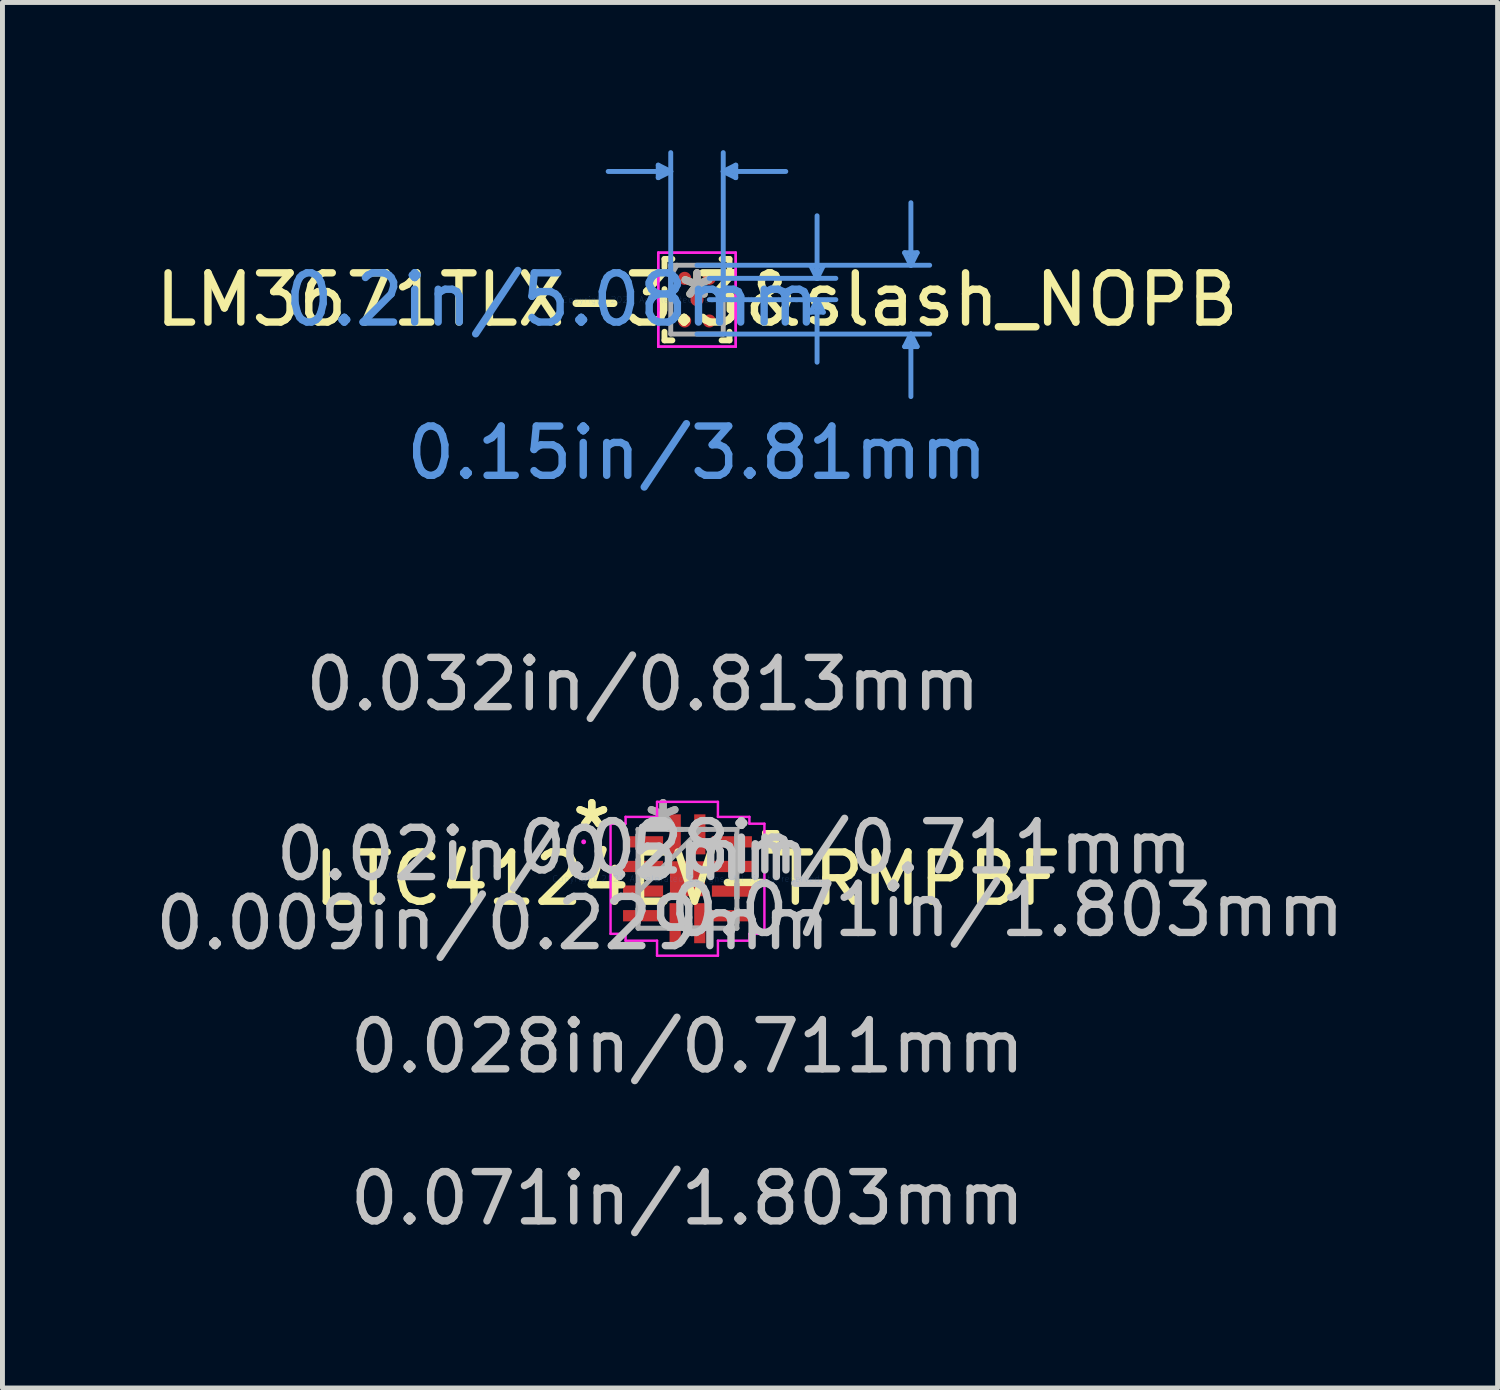
<source format=kicad_pcb>
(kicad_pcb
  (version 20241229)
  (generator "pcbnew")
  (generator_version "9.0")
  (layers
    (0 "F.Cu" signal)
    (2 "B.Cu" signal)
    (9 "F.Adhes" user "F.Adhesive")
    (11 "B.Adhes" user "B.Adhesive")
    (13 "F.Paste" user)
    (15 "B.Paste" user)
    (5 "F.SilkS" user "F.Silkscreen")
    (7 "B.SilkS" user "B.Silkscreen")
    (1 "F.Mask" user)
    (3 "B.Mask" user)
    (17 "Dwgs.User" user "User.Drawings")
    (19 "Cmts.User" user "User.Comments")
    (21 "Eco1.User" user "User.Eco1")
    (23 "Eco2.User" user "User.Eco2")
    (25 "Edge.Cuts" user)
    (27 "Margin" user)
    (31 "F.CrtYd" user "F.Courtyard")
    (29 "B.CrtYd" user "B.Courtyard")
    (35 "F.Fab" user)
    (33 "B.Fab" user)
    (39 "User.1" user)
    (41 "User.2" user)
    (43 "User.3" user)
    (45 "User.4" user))
  (footprint "LM3671TLX-3.3&slash_NOPB"
    (layer "F.Cu")
    (at 11.101 3.034)
    (property "Reference" "LM3671TLX-3.3&slash_NOPB" (at 0 0 0) (layer "F.SilkS") (effects (font (size 1 1) (thickness 0.15))))
    (attr through_hole)
    (fp_line (start -0.66 -0.826) (end -0.66 -0.652) (stroke (width 0.12) (type solid)) (layer "F.SilkS"))
    (fp_line (start -0.66 -0.214) (end -0.66 0.214) (stroke (width 0.12) (type solid)) (layer "F.SilkS"))
    (fp_line (start -0.66 0.652) (end -0.66 0.826) (stroke (width 0.12) (type solid)) (layer "F.SilkS"))
    (fp_line (start -0.66 0.826) (end -0.5 0.826) (stroke (width 0.12) (type solid)) (layer "F.SilkS"))
    (fp_line (start -0.5 -0.826) (end -0.66 -0.826) (stroke (width 0.12) (type solid)) (layer "F.SilkS"))
    (fp_line (start 0.5 0.826) (end 0.66 0.826) (stroke (width 0.12) (type solid)) (layer "F.SilkS"))
    (fp_line (start 0.66 -0.826) (end 0.5 -0.826) (stroke (width 0.12) (type solid)) (layer "F.SilkS"))
    (fp_line (start 0.66 -0.652) (end 0.66 -0.826) (stroke (width 0.12) (type solid)) (layer "F.SilkS"))
    (fp_line (start 0.66 0.214) (end 0.66 -0.214) (stroke (width 0.12) (type solid)) (layer "F.SilkS"))
    (fp_line (start 0.66 0.826) (end 0.66 0.652) (stroke (width 0.12) (type solid)) (layer "F.SilkS"))
    (fp_line (start -0.787 -2.731) (end -0.787 -2.477) (stroke (width 0.1) (type solid)) (layer "Cmts.User"))
    (fp_line (start -0.533 -2.603) (end -1.803 -2.603) (stroke (width 0.1) (type solid)) (layer "Cmts.User"))
    (fp_line (start -0.533 -2.603) (end -0.787 -2.731) (stroke (width 0.1) (type solid)) (layer "Cmts.User"))
    (fp_line (start -0.533 -2.603) (end -0.787 -2.477) (stroke (width 0.1) (type solid)) (layer "Cmts.User"))
    (fp_line (start -0.533 0) (end -0.533 -2.985) (stroke (width 0.1) (type solid)) (layer "Cmts.User"))
    (fp_line (start 0 -0.699) (end 4.724 -0.699) (stroke (width 0.1) (type solid)) (layer "Cmts.User"))
    (fp_line (start 0 0.699) (end 4.724 0.699) (stroke (width 0.1) (type solid)) (layer "Cmts.User"))
    (fp_line (start 0.25 -0.433) (end 2.819 -0.433) (stroke (width 0.1) (type solid)) (layer "Cmts.User"))
    (fp_line (start 0.25 0) (end 2.819 0) (stroke (width 0.1) (type solid)) (layer "Cmts.User"))
    (fp_line (start 0.533 -2.603) (end 0.787 -2.731) (stroke (width 0.1) (type solid)) (layer "Cmts.User"))
    (fp_line (start 0.533 -2.603) (end 0.787 -2.477) (stroke (width 0.1) (type solid)) (layer "Cmts.User"))
    (fp_line (start 0.533 -2.603) (end 1.803 -2.603) (stroke (width 0.1) (type solid)) (layer "Cmts.User"))
    (fp_line (start 0.533 0) (end 0.533 -2.985) (stroke (width 0.1) (type solid)) (layer "Cmts.User"))
    (fp_line (start 0.787 -2.731) (end 0.787 -2.477) (stroke (width 0.1) (type solid)) (layer "Cmts.User"))
    (fp_line (start 2.311 -0.687) (end 2.565 -0.687) (stroke (width 0.1) (type solid)) (layer "Cmts.User"))
    (fp_line (start 2.311 0.254) (end 2.565 0.254) (stroke (width 0.1) (type solid)) (layer "Cmts.User"))
    (fp_line (start 2.438 -0.433) (end 2.311 -0.687) (stroke (width 0.1) (type solid)) (layer "Cmts.User"))
    (fp_line (start 2.438 -0.433) (end 2.438 -1.703) (stroke (width 0.1) (type solid)) (layer "Cmts.User"))
    (fp_line (start 2.438 -0.433) (end 2.565 -0.687) (stroke (width 0.1) (type solid)) (layer "Cmts.User"))
    (fp_line (start 2.438 0) (end 2.311 0.254) (stroke (width 0.1) (type solid)) (layer "Cmts.User"))
    (fp_line (start 2.438 0) (end 2.438 1.27) (stroke (width 0.1) (type solid)) (layer "Cmts.User"))
    (fp_line (start 2.438 0) (end 2.565 0.254) (stroke (width 0.1) (type solid)) (layer "Cmts.User"))
    (fp_line (start 4.216 -0.953) (end 4.47 -0.953) (stroke (width 0.1) (type solid)) (layer "Cmts.User"))
    (fp_line (start 4.216 0.953) (end 4.47 0.953) (stroke (width 0.1) (type solid)) (layer "Cmts.User"))
    (fp_line (start 4.343 -0.699) (end 4.216 -0.953) (stroke (width 0.1) (type solid)) (layer "Cmts.User"))
    (fp_line (start 4.343 -0.699) (end 4.343 -1.968) (stroke (width 0.1) (type solid)) (layer "Cmts.User"))
    (fp_line (start 4.343 -0.699) (end 4.47 -0.953) (stroke (width 0.1) (type solid)) (layer "Cmts.User"))
    (fp_line (start 4.343 0.699) (end 4.216 0.953) (stroke (width 0.1) (type solid)) (layer "Cmts.User"))
    (fp_line (start 4.343 0.699) (end 4.343 1.968) (stroke (width 0.1) (type solid)) (layer "Cmts.User"))
    (fp_line (start 4.343 0.699) (end 4.47 0.953) (stroke (width 0.1) (type solid)) (layer "Cmts.User"))
    (fp_line (start -0.787 -0.953) (end 0.787 -0.953) (stroke (width 0.05) (type solid)) (layer "F.CrtYd"))
    (fp_line (start -0.787 -0.953) (end 0.787 -0.953) (stroke (width 0.05) (type solid)) (layer "F.CrtYd"))
    (fp_line (start -0.787 0.953) (end -0.787 -0.953) (stroke (width 0.05) (type solid)) (layer "F.CrtYd"))
    (fp_line (start -0.787 0.953) (end -0.787 -0.953) (stroke (width 0.05) (type solid)) (layer "F.CrtYd"))
    (fp_line (start 0.787 -0.953) (end 0.787 0.953) (stroke (width 0.05) (type solid)) (layer "F.CrtYd"))
    (fp_line (start 0.787 -0.953) (end 0.787 0.953) (stroke (width 0.05) (type solid)) (layer "F.CrtYd"))
    (fp_line (start 0.787 0.953) (end -0.787 0.953) (stroke (width 0.05) (type solid)) (layer "F.CrtYd"))
    (fp_line (start 0.787 0.953) (end -0.787 0.953) (stroke (width 0.05) (type solid)) (layer "F.CrtYd"))
    (fp_line (start -0.533 -0.699) (end -0.533 0.699) (stroke (width 0.1) (type solid)) (layer "F.Fab"))
    (fp_line (start -0.533 0.699) (end 0.533 0.699) (stroke (width 0.1) (type solid)) (layer "F.Fab"))
    (fp_line (start -0.408 -0.699) (end -0.533 -0.482) (stroke (width 0.1) (type solid)) (layer "F.Fab"))
    (fp_line (start 0.533 -0.699) (end -0.533 -0.699) (stroke (width 0.1) (type solid)) (layer "F.Fab"))
    (fp_line (start 0.533 0.699) (end 0.533 -0.699) (stroke (width 0.1) (type solid)) (layer "F.Fab"))
    (fp_text user "*" (at 0 0 0) (layer "F.SilkS") (effects (font (size 1 1) (thickness 0.15))))
    (fp_text user "0.15in/3.81mm" (at 0 3.111 0) (layer "Cmts.User") (effects (font (size 1 1) (thickness 0.15))))
    (fp_text user "0.2in/5.08mm" (at -2.946 0 0) (layer "Cmts.User") (effects (font (size 1 1) (thickness 0.15))))
    (fp_text user "Copyright 2021 Accelerated Designs. All rights reserved." (at 0 0 0) (layer "Cmts.User") (effects (font (size 0.127 0.127) (thickness 0.002))))
    (fp_text user "*" (at 0 0 0) (layer "F.Fab") (effects (font (size 1 1) (thickness 0.15))))
    (pad "A1" smd circle (at -0.25 -0.433) (size 0.265 0.265) (layers "F.Cu" "F.Mask" "F.Paste"))
    (pad "A3" smd circle (at 0.25 -0.433) (size 0.265 0.265) (layers "F.Cu" "F.Mask" "F.Paste"))
    (pad "B2" smd circle (at 0 0) (size 0.265 0.265) (layers "F.Cu" "F.Mask" "F.Paste"))
    (pad "C1" smd circle (at -0.25 0.433) (size 0.265 0.265) (layers "F.Cu" "F.Mask" "F.Paste"))
    (pad "C3" smd circle (at 0.25 0.433) (size 0.265 0.265) (layers "F.Cu" "F.Mask" "F.Paste")))
  (footprint "LTC4124EV-TRMPBF"
    (layer "F.Cu")
    (at 10.908 14.792)
    (property "Reference" "LTC4124EV-TRMPBF" (at 0 0 0) (layer "F.SilkS") (effects (font (size 1 1) (thickness 0.15))))
    (attr through_hole)
    (fp_poly (pts (xy 1.816 -0.941) (xy 1.816 -0.56) (xy 1.562 -0.56) (xy 1.562 -0.941)) (stroke (width 0.1) (type solid)) (fill yes) (layer "F.SilkS"))
    (fp_line (start -1.562 -1.118) (end -1.257 -1.118) (stroke (width 0.05) (type solid)) (layer "F.CrtYd"))
    (fp_line (start -1.562 1.118) (end -1.562 -1.118) (stroke (width 0.05) (type solid)) (layer "F.CrtYd"))
    (fp_line (start -1.257 -1.257) (end -0.618 -1.257) (stroke (width 0.05) (type solid)) (layer "F.CrtYd"))
    (fp_line (start -1.257 -1.118) (end -1.257 -1.257) (stroke (width 0.05) (type solid)) (layer "F.CrtYd"))
    (fp_line (start -1.257 1.118) (end -1.562 1.118) (stroke (width 0.05) (type solid)) (layer "F.CrtYd"))
    (fp_line (start -1.257 1.257) (end -1.257 1.118) (stroke (width 0.05) (type solid)) (layer "F.CrtYd"))
    (fp_line (start -0.618 -1.562) (end 0.618 -1.562) (stroke (width 0.05) (type solid)) (layer "F.CrtYd"))
    (fp_line (start -0.618 -1.257) (end -0.618 -1.562) (stroke (width 0.05) (type solid)) (layer "F.CrtYd"))
    (fp_line (start -0.618 1.257) (end -1.257 1.257) (stroke (width 0.05) (type solid)) (layer "F.CrtYd"))
    (fp_line (start -0.618 1.562) (end -0.618 1.257) (stroke (width 0.05) (type solid)) (layer "F.CrtYd"))
    (fp_line (start 0.618 -1.562) (end 0.618 -1.257) (stroke (width 0.05) (type solid)) (layer "F.CrtYd"))
    (fp_line (start 0.618 -1.257) (end 1.257 -1.257) (stroke (width 0.05) (type solid)) (layer "F.CrtYd"))
    (fp_line (start 0.618 1.257) (end 0.618 1.562) (stroke (width 0.05) (type solid)) (layer "F.CrtYd"))
    (fp_line (start 0.618 1.562) (end -0.618 1.562) (stroke (width 0.05) (type solid)) (layer "F.CrtYd"))
    (fp_line (start 1.257 -1.257) (end 1.257 -1.118) (stroke (width 0.05) (type solid)) (layer "F.CrtYd"))
    (fp_line (start 1.257 -1.118) (end 1.562 -1.118) (stroke (width 0.05) (type solid)) (layer "F.CrtYd"))
    (fp_line (start 1.257 1.118) (end 1.257 1.257) (stroke (width 0.05) (type solid)) (layer "F.CrtYd"))
    (fp_line (start 1.257 1.257) (end 0.618 1.257) (stroke (width 0.05) (type solid)) (layer "F.CrtYd"))
    (fp_line (start 1.562 -1.118) (end 1.562 1.118) (stroke (width 0.05) (type solid)) (layer "F.CrtYd"))
    (fp_line (start 1.562 1.118) (end 1.257 1.118) (stroke (width 0.05) (type solid)) (layer "F.CrtYd"))
    (fp_circle (center -2.108 -0.75) (end -2.108 -0.75) (stroke (width 0.05) (type solid)) (fill no) (layer "F.CrtYd"))
    (fp_line (start -1.003 -1.003) (end -1.003 -1.003) (stroke (width 0.1) (type solid)) (layer "F.Fab"))
    (fp_line (start -1.003 -1.003) (end -1.003 1.003) (stroke (width 0.1) (type solid)) (layer "F.Fab"))
    (fp_line (start -1.003 -0.89) (end -1.003 -0.89) (stroke (width 0.1) (type solid)) (layer "F.Fab"))
    (fp_line (start -1.003 -0.89) (end -1.003 -0.61) (stroke (width 0.1) (type solid)) (layer "F.Fab"))
    (fp_line (start -1.003 -0.61) (end -1.003 -0.89) (stroke (width 0.1) (type solid)) (layer "F.Fab"))
    (fp_line (start -1.003 -0.61) (end -1.003 -0.61) (stroke (width 0.1) (type solid)) (layer "F.Fab"))
    (fp_line (start -1.003 -0.39) (end -1.003 -0.39) (stroke (width 0.1) (type solid)) (layer "F.Fab"))
    (fp_line (start -1.003 -0.39) (end -1.003 -0.11) (stroke (width 0.1) (type solid)) (layer "F.Fab"))
    (fp_line (start -1.003 -0.11) (end -1.003 -0.39) (stroke (width 0.1) (type solid)) (layer "F.Fab"))
    (fp_line (start -1.003 -0.11) (end -1.003 -0.11) (stroke (width 0.1) (type solid)) (layer "F.Fab"))
    (fp_line (start -1.003 0.11) (end -1.003 0.11) (stroke (width 0.1) (type solid)) (layer "F.Fab"))
    (fp_line (start -1.003 0.11) (end -1.003 0.39) (stroke (width 0.1) (type solid)) (layer "F.Fab"))
    (fp_line (start -1.003 0.267) (end 0.267 -1.003) (stroke (width 0.1) (type solid)) (layer "F.Fab"))
    (fp_line (start -1.003 0.39) (end -1.003 0.11) (stroke (width 0.1) (type solid)) (layer "F.Fab"))
    (fp_line (start -1.003 0.39) (end -1.003 0.39) (stroke (width 0.1) (type solid)) (layer "F.Fab"))
    (fp_line (start -1.003 0.61) (end -1.003 0.61) (stroke (width 0.1) (type solid)) (layer "F.Fab"))
    (fp_line (start -1.003 0.61) (end -1.003 0.89) (stroke (width 0.1) (type solid)) (layer "F.Fab"))
    (fp_line (start -1.003 0.89) (end -1.003 0.61) (stroke (width 0.1) (type solid)) (layer "F.Fab"))
    (fp_line (start -1.003 0.89) (end -1.003 0.89) (stroke (width 0.1) (type solid)) (layer "F.Fab"))
    (fp_line (start -1.003 1.003) (end -1.003 1.003) (stroke (width 0.1) (type solid)) (layer "F.Fab"))
    (fp_line (start -1.003 1.003) (end 1.003 1.003) (stroke (width 0.1) (type solid)) (layer "F.Fab"))
    (fp_line (start -0.39 -1.003) (end -0.39 -1.003) (stroke (width 0.1) (type solid)) (layer "F.Fab"))
    (fp_line (start -0.39 -1.003) (end -0.11 -1.003) (stroke (width 0.1) (type solid)) (layer "F.Fab"))
    (fp_line (start -0.39 1.003) (end -0.39 1.003) (stroke (width 0.1) (type solid)) (layer "F.Fab"))
    (fp_line (start -0.39 1.003) (end -0.11 1.003) (stroke (width 0.1) (type solid)) (layer "F.Fab"))
    (fp_line (start -0.11 -1.003) (end -0.39 -1.003) (stroke (width 0.1) (type solid)) (layer "F.Fab"))
    (fp_line (start -0.11 -1.003) (end -0.11 -1.003) (stroke (width 0.1) (type solid)) (layer "F.Fab"))
    (fp_line (start -0.11 1.003) (end -0.39 1.003) (stroke (width 0.1) (type solid)) (layer "F.Fab"))
    (fp_line (start -0.11 1.003) (end -0.11 1.003) (stroke (width 0.1) (type solid)) (layer "F.Fab"))
    (fp_line (start 0.11 -1.003) (end 0.11 -1.003) (stroke (width 0.1) (type solid)) (layer "F.Fab"))
    (fp_line (start 0.11 -1.003) (end 0.39 -1.003) (stroke (width 0.1) (type solid)) (layer "F.Fab"))
    (fp_line (start 0.11 1.003) (end 0.11 1.003) (stroke (width 0.1) (type solid)) (layer "F.Fab"))
    (fp_line (start 0.11 1.003) (end 0.39 1.003) (stroke (width 0.1) (type solid)) (layer "F.Fab"))
    (fp_line (start 0.39 -1.003) (end 0.11 -1.003) (stroke (width 0.1) (type solid)) (layer "F.Fab"))
    (fp_line (start 0.39 -1.003) (end 0.39 -1.003) (stroke (width 0.1) (type solid)) (layer "F.Fab"))
    (fp_line (start 0.39 1.003) (end 0.11 1.003) (stroke (width 0.1) (type solid)) (layer "F.Fab"))
    (fp_line (start 0.39 1.003) (end 0.39 1.003) (stroke (width 0.1) (type solid)) (layer "F.Fab"))
    (fp_line (start 1.003 -1.003) (end -1.003 -1.003) (stroke (width 0.1) (type solid)) (layer "F.Fab"))
    (fp_line (start 1.003 -1.003) (end 1.003 -1.003) (stroke (width 0.1) (type solid)) (layer "F.Fab"))
    (fp_line (start 1.003 -0.89) (end 1.003 -0.89) (stroke (width 0.1) (type solid)) (layer "F.Fab"))
    (fp_line (start 1.003 -0.89) (end 1.003 -0.61) (stroke (width 0.1) (type solid)) (layer "F.Fab"))
    (fp_line (start 1.003 -0.61) (end 1.003 -0.89) (stroke (width 0.1) (type solid)) (layer "F.Fab"))
    (fp_line (start 1.003 -0.61) (end 1.003 -0.61) (stroke (width 0.1) (type solid)) (layer "F.Fab"))
    (fp_line (start 1.003 -0.39) (end 1.003 -0.39) (stroke (width 0.1) (type solid)) (layer "F.Fab"))
    (fp_line (start 1.003 -0.39) (end 1.003 -0.11) (stroke (width 0.1) (type solid)) (layer "F.Fab"))
    (fp_line (start 1.003 -0.11) (end 1.003 -0.39) (stroke (width 0.1) (type solid)) (layer "F.Fab"))
    (fp_line (start 1.003 -0.11) (end 1.003 -0.11) (stroke (width 0.1) (type solid)) (layer "F.Fab"))
    (fp_line (start 1.003 0.11) (end 1.003 0.11) (stroke (width 0.1) (type solid)) (layer "F.Fab"))
    (fp_line (start 1.003 0.11) (end 1.003 0.39) (stroke (width 0.1) (type solid)) (layer "F.Fab"))
    (fp_line (start 1.003 0.39) (end 1.003 0.11) (stroke (width 0.1) (type solid)) (layer "F.Fab"))
    (fp_line (start 1.003 0.39) (end 1.003 0.39) (stroke (width 0.1) (type solid)) (layer "F.Fab"))
    (fp_line (start 1.003 0.61) (end 1.003 0.61) (stroke (width 0.1) (type solid)) (layer "F.Fab"))
    (fp_line (start 1.003 0.61) (end 1.003 0.89) (stroke (width 0.1) (type solid)) (layer "F.Fab"))
    (fp_line (start 1.003 0.89) (end 1.003 0.61) (stroke (width 0.1) (type solid)) (layer "F.Fab"))
    (fp_line (start 1.003 0.89) (end 1.003 0.89) (stroke (width 0.1) (type solid)) (layer "F.Fab"))
    (fp_line (start 1.003 1.003) (end 1.003 -1.003) (stroke (width 0.1) (type solid)) (layer "F.Fab"))
    (fp_line (start 1.003 1.003) (end 1.003 1.003) (stroke (width 0.1) (type solid)) (layer "F.Fab"))
    (fp_text user "*" (at -1.943 -1 0) (layer "F.SilkS") (effects (font (size 1 1) (thickness 0.15))))
    (fp_text user "*" (at -1.943 -1 0) (layer "F.SilkS") (effects (font (size 1 1) (thickness 0.15))))
    (fp_text user "0.02in/0.5mm" (at -2.934 -0.5 0) (layer "Dwgs.User") (effects (font (size 1 1) (thickness 0.15))))
    (fp_text user "0.009in/0.229mm" (at -3.95 0.902 0) (layer "Dwgs.User") (effects (font (size 1 1) (thickness 0.15))))
    (fp_text user "0.032in/0.813mm" (at -0.902 -3.95 0) (layer "Dwgs.User") (effects (font (size 1 1) (thickness 0.15))))
    (fp_text user "0.071in/1.803mm" (at 0 6.49 0) (layer "Dwgs.User") (effects (font (size 1 1) (thickness 0.15))))
    (fp_text user "0.028in/0.711mm" (at 3.404 -0.635 0) (layer "Dwgs.User") (effects (font (size 1 1) (thickness 0.15))))
    (fp_text user "0.028in/0.711mm" (at 0 3.404 0) (layer "Dwgs.User") (effects (font (size 1 1) (thickness 0.15))))
    (fp_text user "0.071in/1.803mm" (at 6.49 0.635 0) (layer "Dwgs.User") (effects (font (size 1 1) (thickness 0.15))))
    (fp_text user "Copyright 2021 Accelerated Designs. All rights reserved." (at 0 0 0) (layer "Cmts.User") (effects (font (size 0.127 0.127) (thickness 0.002))))
    (fp_text user "*" (at -0.495 -1 0) (layer "F.Fab") (effects (font (size 1 1) (thickness 0.15))))
    (fp_text user "*" (at -0.495 -1 0) (layer "F.Fab") (effects (font (size 1 1) (thickness 0.15))))
    (pad "1" smd rect (at -0.902 -0.75 90) (size 0.229 0.813) (layers "F.Cu" "F.Mask" "F.Paste"))
    (pad "2" smd rect (at -0.902 -0.25 90) (size 0.229 0.813) (layers "F.Cu" "F.Mask" "F.Paste"))
    (pad "3" smd rect (at -0.902 0.25 90) (size 0.229 0.813) (layers "F.Cu" "F.Mask" "F.Paste"))
    (pad "4" smd rect (at -0.902 0.75 90) (size 0.229 0.813) (layers "F.Cu" "F.Mask" "F.Paste"))
    (pad "5" smd rect (at -0.25 0.902) (size 0.229 0.813) (layers "F.Cu" "F.Mask" "F.Paste"))
    (pad "6" smd rect (at 0.25 0.902) (size 0.229 0.813) (layers "F.Cu" "F.Mask" "F.Paste"))
    (pad "7" smd rect (at 0.902 0.75 90) (size 0.229 0.813) (layers "F.Cu" "F.Mask" "F.Paste"))
    (pad "8" smd rect (at 0.902 0.25 90) (size 0.229 0.813) (layers "F.Cu" "F.Mask" "F.Paste"))
    (pad "9" smd rect (at 0.902 -0.25 90) (size 0.229 0.813) (layers "F.Cu" "F.Mask" "F.Paste"))
    (pad "10" smd rect (at 0.902 -0.75 90) (size 0.229 0.813) (layers "F.Cu" "F.Mask" "F.Paste"))
    (pad "11" smd rect (at 0.25 -0.902) (size 0.229 0.813) (layers "F.Cu" "F.Mask" "F.Paste"))
    (pad "12" smd rect (at -0.25 -0.902) (size 0.229 0.813) (layers "F.Cu" "F.Mask" "F.Paste"))
    (pad "13" smd rect (at 0 0) (size 0.711 0.711) (layers "F.Cu" "F.Mask" "F.Paste")))
  (gr_rect
    (start -3 -3)
    (end 27.356 25.13)
    (stroke (width 0.1) (type default))
    (fill no)
    (layer "Edge.Cuts")))
</source>
